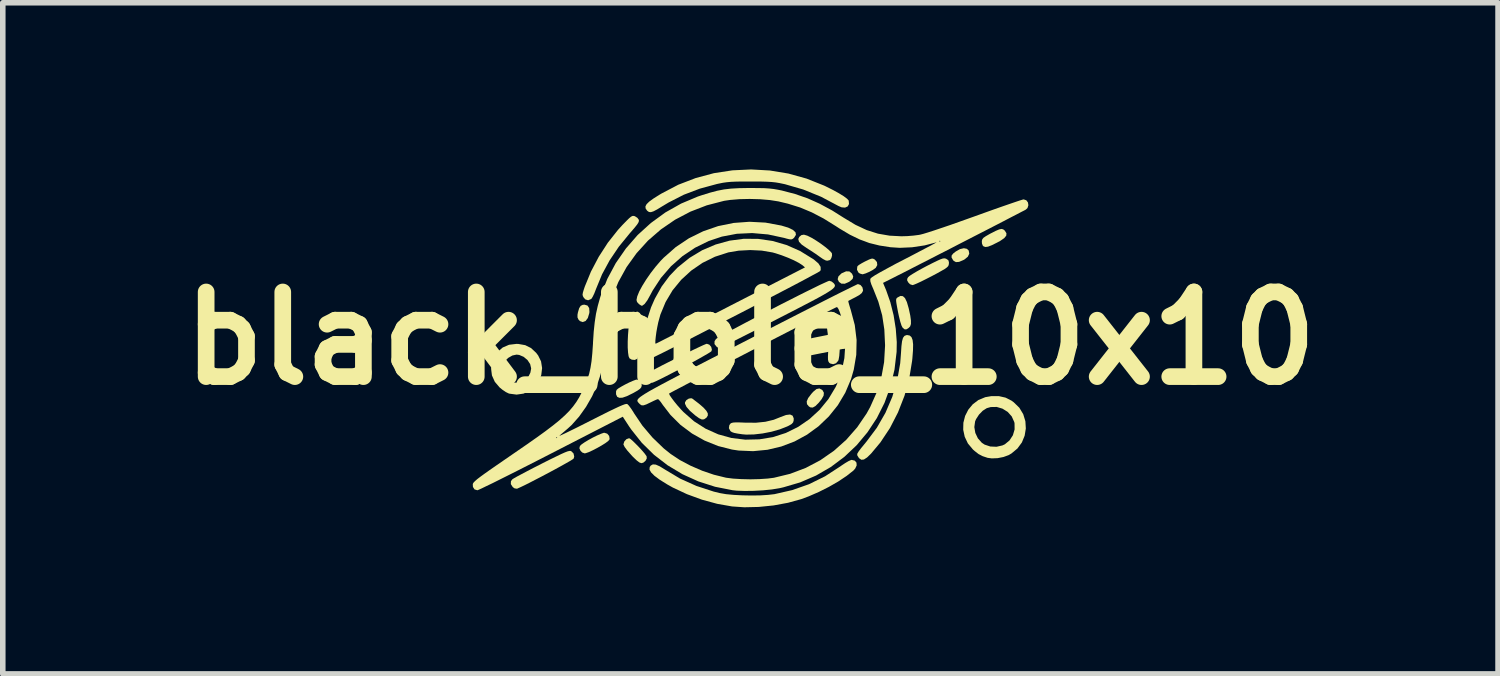
<source format=kicad_pcb>
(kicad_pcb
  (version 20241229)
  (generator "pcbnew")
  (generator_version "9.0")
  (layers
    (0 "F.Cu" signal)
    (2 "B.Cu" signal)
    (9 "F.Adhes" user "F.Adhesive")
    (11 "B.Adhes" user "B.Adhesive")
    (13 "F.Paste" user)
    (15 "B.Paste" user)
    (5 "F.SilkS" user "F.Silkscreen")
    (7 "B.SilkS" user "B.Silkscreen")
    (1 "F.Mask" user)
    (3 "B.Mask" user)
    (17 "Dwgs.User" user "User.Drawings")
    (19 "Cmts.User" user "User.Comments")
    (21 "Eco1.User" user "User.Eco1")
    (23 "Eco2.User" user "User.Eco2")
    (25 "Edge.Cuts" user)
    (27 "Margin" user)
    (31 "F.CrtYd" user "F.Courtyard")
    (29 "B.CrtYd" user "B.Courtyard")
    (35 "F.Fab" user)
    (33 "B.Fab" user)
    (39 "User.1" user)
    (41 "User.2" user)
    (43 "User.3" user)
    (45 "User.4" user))
  (footprint "black_hole_10x10"
    (layer "F.Cu")
    (at 10.458 3.04)
    (property "Reference" "black_hole_10x10" (at 0 0 0) (layer "F.SilkS") (effects (font (size 1.524 1.524) (thickness 0.3))))
    (attr board_only exclude_from_pos_files exclude_from_bom)
    (fp_poly (pts (xy 1.782 -1.204) (xy 1.827 -1.165) (xy 1.829 -1.163) (xy 1.85 -1.113) (xy 1.839 -1.07) (xy 1.792 -1.028) (xy 1.774 -1.016) (xy 1.699 -0.983) (xy 1.638 -0.984) (xy 1.594 -1.015) (xy 1.57 -1.064) (xy 1.584 -1.115) (xy 1.633 -1.164) (xy 1.648 -1.174) (xy 1.722 -1.206)) (stroke (width 0) (type solid)) (fill yes) (layer "F.SilkS"))
    (fp_poly (pts (xy 3.897 -1.611) (xy 3.929 -1.58) (xy 3.939 -1.524) (xy 3.913 -1.469) (xy 3.852 -1.419) (xy 3.831 -1.408) (xy 3.755 -1.376) (xy 3.699 -1.372) (xy 3.658 -1.395) (xy 3.645 -1.411) (xy 3.62 -1.456) (xy 3.622 -1.492) (xy 3.652 -1.529) (xy 3.696 -1.563) (xy 3.772 -1.606) (xy 3.842 -1.622)) (stroke (width 0) (type solid)) (fill yes) (layer "F.SilkS"))
    (fp_poly (pts (xy -2.933 -0.59) (xy -2.903 -0.545) (xy -2.898 -0.475) (xy -2.901 -0.452) (xy -2.927 -0.366) (xy -2.967 -0.312) (xy -3.018 -0.293) (xy -3.019 -0.293) (xy -3.069 -0.31) (xy -3.095 -0.337) (xy -3.113 -0.376) (xy -3.113 -0.425) (xy -3.105 -0.468) (xy -3.083 -0.542) (xy -3.056 -0.585) (xy -3.018 -0.603) (xy -2.988 -0.606)) (stroke (width 0) (type solid)) (fill yes) (layer "F.SilkS"))
    (fp_poly (pts (xy 1.289 0.927) (xy 1.299 0.937) (xy 1.322 0.98) (xy 1.317 1.031) (xy 1.282 1.094) (xy 1.23 1.159) (xy 1.17 1.219) (xy 1.122 1.246) (xy 1.08 1.243) (xy 1.052 1.226) (xy 1.018 1.185) (xy 1.013 1.136) (xy 1.039 1.075) (xy 1.097 0.999) (xy 1.13 0.962) (xy 1.189 0.913) (xy 1.241 0.902)) (stroke (width 0) (type solid)) (fill yes) (layer "F.SilkS"))
    (fp_poly (pts (xy -1.046 1.085) (xy -0.931 1.173) (xy -0.848 1.244) (xy -0.795 1.302) (xy -0.768 1.349) (xy -0.767 1.389) (xy -0.789 1.425) (xy -0.798 1.433) (xy -0.835 1.458) (xy -0.875 1.461) (xy -0.924 1.438) (xy -0.991 1.39) (xy -1.089 1.305) (xy -1.151 1.234) (xy -1.178 1.177) (xy -1.178 1.152) (xy -1.153 1.112) (xy -1.11 1.085) (xy -1.066 1.078)) (stroke (width 0) (type solid)) (fill yes) (layer "F.SilkS"))
    (fp_poly (pts (xy -1.99 0.758) (xy -1.96 0.802) (xy -1.957 0.853) (xy -1.966 0.882) (xy -1.988 0.909) (xy -2.031 0.94) (xy -2.101 0.98) (xy -2.12 0.99) (xy -2.224 1.041) (xy -2.302 1.068) (xy -2.359 1.071) (xy -2.398 1.053) (xy -2.399 1.051) (xy -2.419 1.008) (xy -2.419 0.955) (xy -2.408 0.927) (xy -2.38 0.903) (xy -2.326 0.87) (xy -2.257 0.832) (xy -2.183 0.795) (xy -2.115 0.765) (xy -2.064 0.746) (xy -2.045 0.742)) (stroke (width 0) (type solid)) (fill yes) (layer "F.SilkS"))
    (fp_poly (pts (xy 2.23 -1.423) (xy 2.239 -1.417) (xy 2.277 -1.373) (xy 2.283 -1.319) (xy 2.256 -1.27) (xy 2.252 -1.266) (xy 2.203 -1.231) (xy 2.14 -1.197) (xy 2.075 -1.169) (xy 2.025 -1.154) (xy 2.015 -1.153) (xy 1.97 -1.166) (xy 1.945 -1.183) (xy 1.918 -1.234) (xy 1.923 -1.289) (xy 1.93 -1.302) (xy 1.953 -1.321) (xy 2.002 -1.351) (xy 2.065 -1.385) (xy 2.068 -1.386) (xy 2.134 -1.418) (xy 2.175 -1.433) (xy 2.204 -1.435)) (stroke (width 0) (type solid)) (fill yes) (layer "F.SilkS"))
    (fp_poly (pts (xy 4.549 -1.962) (xy 4.576 -1.941) (xy 4.581 -1.935) (xy 4.608 -1.891) (xy 4.605 -1.849) (xy 4.569 -1.804) (xy 4.498 -1.755) (xy 4.437 -1.722) (xy 4.344 -1.676) (xy 4.277 -1.65) (xy 4.23 -1.644) (xy 4.197 -1.655) (xy 4.182 -1.669) (xy 4.167 -1.709) (xy 4.165 -1.752) (xy 4.173 -1.782) (xy 4.194 -1.809) (xy 4.236 -1.838) (xy 4.304 -1.877) (xy 4.328 -1.89) (xy 4.415 -1.934) (xy 4.476 -1.96) (xy 4.518 -1.969)) (stroke (width 0) (type solid)) (fill yes) (layer "F.SilkS"))
    (fp_poly (pts (xy -2.578 1.716) (xy -2.543 1.757) (xy -2.535 1.809) (xy -2.539 1.824) (xy -2.562 1.85) (xy -2.612 1.887) (xy -2.681 1.93) (xy -2.759 1.974) (xy -2.838 2.015) (xy -2.909 2.048) (xy -2.964 2.067) (xy -2.984 2.071) (xy -3.028 2.055) (xy -3.059 2.024) (xy -3.079 1.978) (xy -3.069 1.938) (xy -3.042 1.911) (xy -2.989 1.874) (xy -2.918 1.831) (xy -2.838 1.787) (xy -2.759 1.748) (xy -2.69 1.718) (xy -2.641 1.701) (xy -2.629 1.7)) (stroke (width 0) (type solid)) (fill yes) (layer "F.SilkS"))
    (fp_poly (pts (xy -2.16 1.811) (xy -2.118 1.847) (xy -2.065 1.899) (xy -2.006 1.959) (xy -1.95 2.02) (xy -1.903 2.075) (xy -1.873 2.117) (xy -1.869 2.123) (xy -1.866 2.162) (xy -1.889 2.205) (xy -1.927 2.237) (xy -1.962 2.247) (xy -1.998 2.235) (xy -2.048 2.197) (xy -2.117 2.131) (xy -2.147 2.098) (xy -2.217 2.019) (xy -2.264 1.956) (xy -2.285 1.913) (xy -2.286 1.906) (xy -2.27 1.856) (xy -2.232 1.815) (xy -2.184 1.798) (xy -2.183 1.798)) (stroke (width 0) (type solid)) (fill yes) (layer "F.SilkS"))
    (fp_poly (pts (xy 2.744 -0.759) (xy 2.782 -0.724) (xy 2.816 -0.653) (xy 2.847 -0.546) (xy 2.851 -0.53) (xy 2.877 -0.41) (xy 2.889 -0.322) (xy 2.889 -0.258) (xy 2.875 -0.215) (xy 2.848 -0.187) (xy 2.805 -0.161) (xy 2.775 -0.162) (xy 2.74 -0.191) (xy 2.74 -0.191) (xy 2.72 -0.228) (xy 2.697 -0.299) (xy 2.672 -0.401) (xy 2.658 -0.466) (xy 2.639 -0.566) (xy 2.627 -0.635) (xy 2.622 -0.679) (xy 2.624 -0.706) (xy 2.632 -0.722) (xy 2.647 -0.735) (xy 2.7 -0.763)) (stroke (width 0) (type solid)) (fill yes) (layer "F.SilkS"))
    (fp_poly (pts (xy 1.024 -1.848) (xy 1.1 -1.81) (xy 1.183 -1.76) (xy 1.268 -1.703) (xy 1.346 -1.645) (xy 1.41 -1.592) (xy 1.453 -1.549) (xy 1.467 -1.528) (xy 1.469 -1.49) (xy 1.457 -1.447) (xy 1.438 -1.414) (xy 1.425 -1.407) (xy 1.395 -1.4) (xy 1.383 -1.397) (xy 1.355 -1.402) (xy 1.307 -1.427) (xy 1.25 -1.466) (xy 1.176 -1.519) (xy 1.088 -1.577) (xy 1.011 -1.626) (xy 0.924 -1.686) (xy 0.874 -1.739) (xy 0.861 -1.788) (xy 0.879 -1.826) (xy 0.917 -1.858) (xy 0.963 -1.866)) (stroke (width 0) (type solid)) (fill yes) (layer "F.SilkS"))
    (fp_poly (pts (xy -2.024 -0.477) (xy -1.99 -0.455) (xy -1.971 -0.419) (xy -1.966 -0.361) (xy -1.974 -0.276) (xy -1.983 -0.223) (xy -1.996 -0.123) (xy -2.007 -0.005) (xy -2.012 0.11) (xy -2.012 0.145) (xy -2.015 0.253) (xy -2.022 0.327) (xy -2.034 0.365) (xy -2.036 0.367) (xy -2.081 0.389) (xy -2.136 0.384) (xy -2.177 0.36) (xy -2.193 0.323) (xy -2.203 0.256) (xy -2.209 0.165) (xy -2.209 0.058) (xy -2.204 -0.056) (xy -2.195 -0.17) (xy -2.182 -0.277) (xy -2.164 -0.368) (xy -2.156 -0.396) (xy -2.13 -0.437) (xy -2.085 -0.468) (xy -2.039 -0.48)) (stroke (width 0) (type solid)) (fill yes) (layer "F.SilkS"))
    (fp_poly (pts (xy 1.526 -0.338) (xy 1.539 -0.327) (xy 1.56 -0.281) (xy 1.578 -0.205) (xy 1.592 -0.107) (xy 1.602 0.002) (xy 1.607 0.115) (xy 1.606 0.222) (xy 1.599 0.315) (xy 1.587 0.384) (xy 1.579 0.405) (xy 1.54 0.449) (xy 1.488 0.466) (xy 1.436 0.453) (xy 1.419 0.44) (xy 1.404 0.418) (xy 1.396 0.385) (xy 1.395 0.331) (xy 1.399 0.249) (xy 1.4 0.234) (xy 1.403 0.074) (xy 1.391 -0.089) (xy 1.387 -0.116) (xy 1.376 -0.205) (xy 1.372 -0.263) (xy 1.376 -0.3) (xy 1.387 -0.322) (xy 1.426 -0.345) (xy 1.479 -0.351)) (stroke (width 0) (type solid)) (fill yes) (layer "F.SilkS"))
    (fp_poly (pts (xy 0.759 1.392) (xy 0.779 1.44) (xy 0.778 1.479) (xy 0.768 1.513) (xy 0.742 1.542) (xy 0.691 1.572) (xy 0.66 1.587) (xy 0.53 1.638) (xy 0.379 1.681) (xy 0.22 1.712) (xy 0.064 1.73) (xy -0.076 1.733) (xy -0.147 1.727) (xy -0.235 1.714) (xy -0.294 1.702) (xy -0.331 1.689) (xy -0.355 1.674) (xy -0.361 1.668) (xy -0.388 1.617) (xy -0.38 1.563) (xy -0.361 1.536) (xy -0.342 1.524) (xy -0.311 1.516) (xy -0.26 1.513) (xy -0.183 1.514) (xy -0.091 1.518) (xy 0.101 1.519) (xy 0.268 1.502) (xy 0.419 1.466) (xy 0.544 1.416) (xy 0.641 1.38) (xy 0.713 1.371)) (stroke (width 0) (type solid)) (fill yes) (layer "F.SilkS"))
    (fp_poly (pts (xy 3.512 -1.436) (xy 3.525 -1.431) (xy 3.562 -1.406) (xy 3.573 -1.37) (xy 3.572 -1.343) (xy 3.568 -1.319) (xy 3.558 -1.298) (xy 3.537 -1.277) (xy 3.501 -1.25) (xy 3.443 -1.217) (xy 3.361 -1.171) (xy 3.263 -1.119) (xy 3.161 -1.067) (xy 3.069 -1.021) (xy 2.993 -0.986) (xy 2.939 -0.964) (xy 2.917 -0.958) (xy 2.872 -0.974) (xy 2.841 -1.006) (xy 2.82 -1.045) (xy 2.824 -1.076) (xy 2.838 -1.1) (xy 2.865 -1.124) (xy 2.922 -1.161) (xy 3.001 -1.208) (xy 3.097 -1.261) (xy 3.17 -1.3) (xy 3.28 -1.356) (xy 3.362 -1.396) (xy 3.42 -1.422) (xy 3.46 -1.436) (xy 3.489 -1.44)) (stroke (width 0) (type solid)) (fill yes) (layer "F.SilkS"))
    (fp_poly (pts (xy -3.227 2.03) (xy -3.185 2.071) (xy -3.172 2.126) (xy -3.182 2.164) (xy -3.203 2.18) (xy -3.253 2.211) (xy -3.327 2.253) (xy -3.42 2.305) (xy -3.526 2.363) (xy -3.64 2.424) (xy -3.757 2.486) (xy -3.871 2.545) (xy -3.977 2.6) (xy -4.069 2.646) (xy -4.143 2.681) (xy -4.192 2.703) (xy -4.202 2.707) (xy -4.245 2.701) (xy -4.278 2.678) (xy -4.313 2.624) (xy -4.311 2.571) (xy -4.284 2.536) (xy -4.258 2.52) (xy -4.202 2.488) (xy -4.121 2.445) (xy -4.019 2.391) (xy -3.902 2.33) (xy -3.773 2.265) (xy -3.759 2.257) (xy -3.612 2.183) (xy -3.495 2.126) (xy -3.406 2.083) (xy -3.339 2.053) (xy -3.292 2.035) (xy -3.259 2.027) (xy -3.237 2.027)) (stroke (width 0) (type solid)) (fill yes) (layer "F.SilkS"))
    (fp_poly (pts (xy -2.08 -2.198) (xy -2.035 -2.169) (xy -2.01 -2.135) (xy -2.007 -2.113) (xy -2.016 -2.086) (xy -2.039 -2.049) (xy -2.082 -1.995) (xy -2.146 -1.92) (xy -2.171 -1.892) (xy -2.37 -1.648) (xy -2.535 -1.403) (xy -2.671 -1.152) (xy -2.78 -0.887) (xy -2.783 -0.879) (xy -2.811 -0.807) (xy -2.84 -0.747) (xy -2.863 -0.711) (xy -2.867 -0.708) (xy -2.922 -0.685) (xy -2.972 -0.701) (xy -3.001 -0.733) (xy -3.016 -0.76) (xy -3.022 -0.786) (xy -3.016 -0.823) (xy -2.999 -0.88) (xy -2.981 -0.933) (xy -2.871 -1.201) (xy -2.731 -1.467) (xy -2.567 -1.721) (xy -2.385 -1.951) (xy -2.306 -2.038) (xy -2.234 -2.112) (xy -2.184 -2.161) (xy -2.149 -2.19) (xy -2.122 -2.203) (xy -2.1 -2.203)) (stroke (width 0) (type solid)) (fill yes) (layer "F.SilkS"))
    (fp_poly (pts (xy -0.74 0.114) (xy -0.706 0.154) (xy -0.694 0.203) (xy -0.702 0.232) (xy -0.723 0.248) (xy -0.773 0.279) (xy -0.848 0.322) (xy -0.941 0.375) (xy -1.049 0.434) (xy -1.165 0.496) (xy -1.284 0.56) (xy -1.401 0.621) (xy -1.511 0.678) (xy -1.608 0.727) (xy -1.688 0.766) (xy -1.744 0.791) (xy -1.772 0.801) (xy -1.772 0.801) (xy -1.801 0.791) (xy -1.826 0.775) (xy -1.851 0.738) (xy -1.861 0.687) (xy -1.854 0.64) (xy -1.844 0.626) (xy -1.818 0.608) (xy -1.763 0.578) (xy -1.684 0.536) (xy -1.587 0.485) (xy -1.476 0.429) (xy -1.359 0.37) (xy -1.239 0.31) (xy -1.123 0.253) (xy -1.016 0.201) (xy -0.923 0.157) (xy -0.85 0.123) (xy -0.802 0.103) (xy -0.785 0.098)) (stroke (width 0) (type solid)) (fill yes) (layer "F.SilkS"))
    (fp_poly (pts (xy 2.867 -0.05) (xy 2.899 -0.021) (xy 2.919 0.031) (xy 2.928 0.109) (xy 2.926 0.218) (xy 2.915 0.36) (xy 2.91 0.406) (xy 2.858 0.724) (xy 2.773 1.034) (xy 2.656 1.333) (xy 2.511 1.615) (xy 2.339 1.874) (xy 2.172 2.074) (xy 2.1 2.144) (xy 2.043 2.181) (xy 1.997 2.186) (xy 1.957 2.159) (xy 1.942 2.138) (xy 1.922 2.104) (xy 1.923 2.077) (xy 1.945 2.04) (xy 1.955 2.026) (xy 1.991 1.978) (xy 2.042 1.916) (xy 2.091 1.856) (xy 2.275 1.61) (xy 2.43 1.341) (xy 2.553 1.054) (xy 2.642 0.755) (xy 2.696 0.448) (xy 2.71 0.264) (xy 2.718 0.141) (xy 2.729 0.052) (xy 2.746 -0.008) (xy 2.771 -0.043) (xy 2.805 -0.057) (xy 2.823 -0.059)) (stroke (width 0) (type solid)) (fill yes) (layer "F.SilkS"))
    (fp_poly (pts (xy 0.271 -2.083) (xy 0.556 -2.03) (xy 0.679 -1.993) (xy 0.764 -1.952) (xy 0.811 -1.909) (xy 0.819 -1.863) (xy 0.788 -1.814) (xy 0.781 -1.806) (xy 0.758 -1.788) (xy 0.734 -1.78) (xy 0.7 -1.783) (xy 0.644 -1.797) (xy 0.61 -1.807) (xy 0.317 -1.87) (xy 0.032 -1.895) (xy -0.245 -1.882) (xy -0.514 -1.831) (xy -0.751 -1.752) (xy -0.997 -1.631) (xy -1.225 -1.478) (xy -1.431 -1.296) (xy -1.61 -1.089) (xy -1.759 -0.862) (xy -1.799 -0.787) (xy -1.856 -0.684) (xy -1.905 -0.618) (xy -1.946 -0.588) (xy -1.958 -0.586) (xy -1.977 -0.596) (xy -2.008 -0.617) (xy -2.041 -0.654) (xy -2.051 -0.69) (xy -2.038 -0.754) (xy -2.003 -0.841) (xy -1.948 -0.943) (xy -1.878 -1.056) (xy -1.797 -1.173) (xy -1.709 -1.287) (xy -1.618 -1.393) (xy -1.565 -1.448) (xy -1.346 -1.641) (xy -1.107 -1.801) (xy -0.851 -1.927) (xy -0.582 -2.02) (xy -0.303 -2.077) (xy -0.018 -2.098)) (stroke (width 0) (type solid)) (fill yes) (layer "F.SilkS"))
    (fp_poly (pts (xy 1.462 -1.022) (xy 1.496 -0.995) (xy 1.511 -0.977) (xy 1.52 -0.959) (xy 1.52 -0.941) (xy 1.51 -0.92) (xy 1.487 -0.895) (xy 1.448 -0.865) (xy 1.391 -0.828) (xy 1.315 -0.783) (xy 1.216 -0.728) (xy 1.092 -0.662) (xy 0.942 -0.584) (xy 0.761 -0.49) (xy 0.55 -0.382) (xy 0.469 -0.34) (xy 0.285 -0.246) (xy 0.111 -0.157) (xy -0.05 -0.076) (xy -0.194 -0.003) (xy -0.319 0.059) (xy -0.42 0.11) (xy -0.496 0.147) (xy -0.543 0.17) (xy -0.558 0.176) (xy -0.589 0.165) (xy -0.609 0.151) (xy -0.647 0.103) (xy -0.646 0.052) (xy -0.62 0.012) (xy -0.594 -0.006) (xy -0.538 -0.039) (xy -0.455 -0.085) (xy -0.349 -0.143) (xy -0.224 -0.209) (xy -0.083 -0.284) (xy 0.07 -0.364) (xy 0.23 -0.447) (xy 0.395 -0.531) (xy 0.559 -0.616) (xy 0.72 -0.697) (xy 0.873 -0.775) (xy 1.015 -0.846) (xy 1.142 -0.908) (xy 1.249 -0.961) (xy 1.334 -1) (xy 1.392 -1.026) (xy 1.419 -1.036) (xy 1.42 -1.036)) (stroke (width 0) (type solid)) (fill yes) (layer "F.SilkS"))
    (fp_poly (pts (xy -4.178 0.101) (xy -4.054 0.123) (xy -3.949 0.175) (xy -3.857 0.261) (xy -3.821 0.309) (xy -3.769 0.415) (xy -3.75 0.535) (xy -3.765 0.659) (xy -3.799 0.752) (xy -3.873 0.862) (xy -3.97 0.944) (xy -4.084 0.995) (xy -4.209 1.013) (xy -4.338 0.996) (xy -4.354 0.991) (xy -4.403 0.967) (xy -4.465 0.925) (xy -4.513 0.886) (xy -4.601 0.783) (xy -4.653 0.668) (xy -4.663 0.589) (xy -4.459 0.589) (xy -4.431 0.674) (xy -4.379 0.743) (xy -4.34 0.772) (xy -4.264 0.796) (xy -4.179 0.799) (xy -4.099 0.783) (xy -4.054 0.759) (xy -4 0.697) (xy -3.961 0.617) (xy -3.947 0.543) (xy -3.965 0.464) (xy -4.013 0.391) (xy -4.082 0.333) (xy -4.162 0.299) (xy -4.21 0.293) (xy -4.285 0.309) (xy -4.36 0.352) (xy -4.421 0.411) (xy -4.428 0.421) (xy -4.458 0.501) (xy -4.459 0.589) (xy -4.663 0.589) (xy -4.668 0.545) (xy -4.646 0.418) (xy -4.623 0.361) (xy -4.552 0.246) (xy -4.459 0.165) (xy -4.345 0.116) (xy -4.211 0.1)) (stroke (width 0) (type solid)) (fill yes) (layer "F.SilkS"))
    (fp_poly (pts (xy 1.879 2.202) (xy 1.909 2.238) (xy 1.912 2.288) (xy 1.886 2.344) (xy 1.855 2.379) (xy 1.732 2.476) (xy 1.581 2.577) (xy 1.41 2.675) (xy 1.229 2.766) (xy 1.047 2.845) (xy 0.919 2.893) (xy 0.677 2.96) (xy 0.416 3.008) (xy 0.149 3.035) (xy -0.111 3.041) (xy -0.331 3.026) (xy -0.598 2.979) (xy -0.873 2.904) (xy -1.143 2.805) (xy -1.397 2.686) (xy -1.502 2.627) (xy -1.633 2.545) (xy -1.728 2.474) (xy -1.788 2.414) (xy -1.817 2.362) (xy -1.813 2.317) (xy -1.794 2.29) (xy -1.756 2.269) (xy -1.703 2.273) (xy -1.633 2.304) (xy -1.54 2.361) (xy -1.535 2.364) (xy -1.266 2.525) (xy -0.972 2.657) (xy -0.66 2.759) (xy -0.549 2.786) (xy -0.439 2.805) (xy -0.301 2.818) (xy -0.146 2.826) (xy 0.016 2.829) (xy 0.174 2.827) (xy 0.317 2.818) (xy 0.431 2.805) (xy 0.751 2.732) (xy 1.054 2.626) (xy 1.344 2.483) (xy 1.621 2.303) (xy 1.636 2.292) (xy 1.705 2.246) (xy 1.766 2.21) (xy 1.812 2.19) (xy 1.823 2.188)) (stroke (width 0) (type solid)) (fill yes) (layer "F.SilkS"))
    (fp_poly (pts (xy 0.35 -3.021) (xy 0.684 -2.966) (xy 1.011 -2.875) (xy 1.327 -2.749) (xy 1.358 -2.734) (xy 1.484 -2.671) (xy 1.593 -2.611) (xy 1.679 -2.558) (xy 1.739 -2.513) (xy 1.768 -2.481) (xy 1.769 -2.478) (xy 1.774 -2.417) (xy 1.75 -2.374) (xy 1.703 -2.353) (xy 1.641 -2.358) (xy 1.585 -2.382) (xy 1.272 -2.548) (xy 0.95 -2.679) (xy 0.622 -2.774) (xy 0.603 -2.778) (xy 0.527 -2.794) (xy 0.456 -2.806) (xy 0.383 -2.814) (xy 0.299 -2.819) (xy 0.196 -2.822) (xy 0.066 -2.823) (xy 0 -2.823) (xy -0.144 -2.823) (xy -0.258 -2.821) (xy -0.349 -2.817) (xy -0.426 -2.81) (xy -0.496 -2.8) (xy -0.57 -2.785) (xy -0.603 -2.778) (xy -0.912 -2.694) (xy -1.199 -2.585) (xy -1.473 -2.445) (xy -1.59 -2.375) (xy -1.68 -2.32) (xy -1.745 -2.286) (xy -1.792 -2.271) (xy -1.826 -2.274) (xy -1.854 -2.293) (xy -1.863 -2.302) (xy -1.887 -2.338) (xy -1.89 -2.375) (xy -1.869 -2.415) (xy -1.822 -2.461) (xy -1.745 -2.517) (xy -1.637 -2.585) (xy -1.598 -2.608) (xy -1.298 -2.765) (xy -0.983 -2.886) (xy -0.657 -2.973) (xy -0.324 -3.024) (xy 0.013 -3.04)) (stroke (width 0) (type solid)) (fill yes) (layer "F.SilkS"))
    (fp_poly (pts (xy 4.475 1.041) (xy 4.591 1.067) (xy 4.698 1.121) (xy 4.738 1.15) (xy 4.84 1.249) (xy 4.91 1.365) (xy 4.949 1.492) (xy 4.957 1.623) (xy 4.936 1.752) (xy 4.886 1.874) (xy 4.806 1.983) (xy 4.699 2.072) (xy 4.648 2.102) (xy 4.555 2.136) (xy 4.448 2.157) (xy 4.344 2.161) (xy 4.269 2.151) (xy 4.179 2.121) (xy 4.106 2.083) (xy 4.035 2.028) (xy 4.005 2.001) (xy 3.914 1.892) (xy 3.857 1.772) (xy 3.83 1.646) (xy 3.831 1.598) (xy 4.03 1.598) (xy 4.048 1.703) (xy 4.094 1.8) (xy 4.165 1.88) (xy 4.215 1.913) (xy 4.317 1.947) (xy 4.429 1.952) (xy 4.535 1.928) (xy 4.58 1.907) (xy 4.664 1.837) (xy 4.724 1.745) (xy 4.755 1.64) (xy 4.754 1.532) (xy 4.749 1.507) (xy 4.703 1.405) (xy 4.63 1.324) (xy 4.537 1.266) (xy 4.433 1.235) (xy 4.325 1.237) (xy 4.254 1.257) (xy 4.182 1.303) (xy 4.114 1.373) (xy 4.061 1.455) (xy 4.044 1.495) (xy 4.03 1.598) (xy 3.831 1.598) (xy 3.833 1.519) (xy 3.864 1.397) (xy 3.921 1.285) (xy 4.002 1.187) (xy 4.104 1.11) (xy 4.228 1.059) (xy 4.339 1.04)) (stroke (width 0) (type solid)) (fill yes) (layer "F.SilkS"))
    (fp_poly (pts (xy 0.139 -1.79) (xy 0.396 -1.753) (xy 0.649 -1.68) (xy 0.894 -1.572) (xy 1.129 -1.427) (xy 1.144 -1.417) (xy 1.223 -1.349) (xy 1.263 -1.287) (xy 1.265 -1.232) (xy 1.256 -1.213) (xy 1.237 -1.2) (xy 1.186 -1.171) (xy 1.105 -1.128) (xy 1 -1.071) (xy 0.872 -1.003) (xy 0.724 -0.925) (xy 0.559 -0.839) (xy 0.382 -0.747) (xy 0.194 -0.649) (xy -0.002 -0.547) (xy -0.201 -0.444) (xy -0.402 -0.341) (xy -0.601 -0.238) (xy -0.795 -0.139) (xy -0.98 -0.044) (xy -1.155 0.046) (xy -1.316 0.127) (xy -1.46 0.2) (xy -1.583 0.262) (xy -1.683 0.311) (xy -1.756 0.347) (xy -1.801 0.367) (xy -1.812 0.371) (xy -1.843 0.358) (xy -1.878 0.329) (xy -1.896 0.309) (xy -1.907 0.286) (xy -1.913 0.253) (xy -1.914 0.2) (xy -1.912 0.121) (xy -1.91 0.083) (xy -1.712 0.083) (xy -1.707 0.098) (xy -1.689 0.089) (xy -1.638 0.064) (xy -1.558 0.023) (xy -1.452 -0.031) (xy -1.321 -0.097) (xy -1.169 -0.175) (xy -0.998 -0.262) (xy -0.811 -0.358) (xy -0.611 -0.46) (xy -0.4 -0.568) (xy -0.358 -0.59) (xy 0.982 -1.277) (xy 0.936 -1.316) (xy 0.873 -1.357) (xy 0.783 -1.404) (xy 0.676 -1.451) (xy 0.562 -1.495) (xy 0.452 -1.531) (xy 0.398 -1.546) (xy 0.204 -1.579) (xy -0.004 -1.589) (xy -0.212 -1.578) (xy -0.397 -1.547) (xy -0.638 -1.469) (xy -0.862 -1.359) (xy -1.066 -1.219) (xy -1.247 -1.053) (xy -1.402 -0.864) (xy -1.527 -0.654) (xy -1.621 -0.427) (xy -1.659 -0.289) (xy -1.677 -0.202) (xy -1.693 -0.113) (xy -1.704 -0.03) (xy -1.711 0.038) (xy -1.712 0.083) (xy -1.91 0.083) (xy -1.909 0.051) (xy -1.889 -0.171) (xy -1.85 -0.37) (xy -1.789 -0.558) (xy -1.721 -0.713) (xy -1.598 -0.933) (xy -1.457 -1.123) (xy -1.311 -1.275) (xy -1.097 -1.448) (xy -0.868 -1.586) (xy -0.626 -1.689) (xy -0.376 -1.758) (xy -0.12 -1.792)) (stroke (width 0) (type solid)) (fill yes) (layer "F.SilkS"))
    (fp_poly (pts (xy 1.981 -0.96) (xy 2.015 -0.919) (xy 2.027 -0.867) (xy 2.024 -0.851) (xy 2.004 -0.815) (xy 1.958 -0.778) (xy 1.89 -0.74) (xy 1.829 -0.709) (xy 1.783 -0.685) (xy 1.762 -0.673) (xy 1.761 -0.673) (xy 1.764 -0.653) (xy 1.777 -0.605) (xy 1.797 -0.538) (xy 1.805 -0.514) (xy 1.878 -0.24) (xy 1.911 0.03) (xy 1.905 0.298) (xy 1.86 0.563) (xy 1.811 0.733) (xy 1.707 0.979) (xy 1.573 1.204) (xy 1.411 1.406) (xy 1.226 1.583) (xy 1.019 1.734) (xy 0.795 1.856) (xy 0.556 1.947) (xy 0.307 2.006) (xy 0.049 2.031) (xy -0.213 2.02) (xy -0.332 2.002) (xy -0.584 1.938) (xy -0.826 1.84) (xy -1.052 1.713) (xy -1.259 1.558) (xy -1.439 1.379) (xy -1.576 1.201) (xy -1.614 1.146) (xy -1.646 1.108) (xy -1.664 1.094) (xy -1.689 1.102) (xy -1.738 1.124) (xy -1.798 1.153) (xy -1.873 1.189) (xy -1.923 1.206) (xy -1.958 1.206) (xy -1.987 1.188) (xy -2.003 1.172) (xy -2.017 1.157) (xy -2.027 1.144) (xy -2.034 1.131) (xy -2.035 1.116) (xy -2.028 1.1) (xy -2.012 1.08) (xy -1.985 1.056) (xy -1.944 1.028) (xy -1.894 0.995) (xy -1.465 0.995) (xy -1.453 1.024) (xy -1.419 1.074) (xy -1.37 1.139) (xy -1.312 1.21) (xy -1.249 1.281) (xy -1.206 1.326) (xy -1.016 1.493) (xy -0.806 1.627) (xy -0.58 1.728) (xy -0.341 1.794) (xy -0.093 1.824) (xy 0.162 1.818) (xy 0.405 1.778) (xy 0.638 1.703) (xy 0.859 1.594) (xy 1.063 1.454) (xy 1.246 1.286) (xy 1.403 1.094) (xy 1.531 0.881) (xy 1.554 0.833) (xy 1.64 0.601) (xy 1.691 0.356) (xy 1.708 0.105) (xy 1.688 -0.147) (xy 1.634 -0.394) (xy 1.607 -0.474) (xy 1.585 -0.527) (xy 1.564 -0.558) (xy 1.554 -0.562) (xy 1.531 -0.552) (xy 1.476 -0.525) (xy 1.394 -0.484) (xy 1.286 -0.43) (xy 1.157 -0.364) (xy 1.008 -0.288) (xy 0.844 -0.204) (xy 0.667 -0.113) (xy 0.48 -0.017) (xy 0.286 0.083) (xy 0.088 0.184) (xy -0.11 0.287) (xy -0.306 0.388) (xy -0.496 0.487) (xy -0.678 0.581) (xy -0.849 0.669) (xy -1.004 0.751) (xy -1.143 0.823) (xy -1.26 0.885) (xy -1.354 0.934) (xy -1.421 0.97) (xy -1.459 0.991) (xy -1.465 0.995) (xy -1.894 0.995) (xy -1.889 0.993) (xy -1.818 0.95) (xy -1.728 0.9) (xy -1.618 0.84) (xy -1.486 0.77) (xy -1.33 0.688) (xy -1.149 0.594) (xy -0.941 0.486) (xy -0.704 0.364) (xy -0.437 0.227) (xy -0.137 0.073) (xy -0.049 0.028) (xy 0.209 -0.105) (xy 0.458 -0.232) (xy 0.695 -0.353) (xy 0.918 -0.467) (xy 1.125 -0.572) (xy 1.313 -0.668) (xy 1.481 -0.753) (xy 1.626 -0.826) (xy 1.746 -0.885) (xy 1.839 -0.931) (xy 1.902 -0.962) (xy 1.933 -0.976) (xy 1.936 -0.976)) (stroke (width 0) (type solid)) (fill yes) (layer "F.SilkS"))
    (fp_poly (pts (xy 0.14 -2.705) (xy 0.25 -2.703) (xy 0.339 -2.697) (xy 0.418 -2.688) (xy 0.494 -2.675) (xy 0.564 -2.661) (xy 0.804 -2.598) (xy 1.029 -2.52) (xy 1.248 -2.422) (xy 1.472 -2.301) (xy 1.678 -2.171) (xy 1.891 -2.043) (xy 2.094 -1.948) (xy 2.296 -1.884) (xy 2.504 -1.848) (xy 2.716 -1.837) (xy 2.822 -1.84) (xy 2.934 -1.849) (xy 3.034 -1.862) (xy 3.063 -1.868) (xy 3.113 -1.881) (xy 3.195 -1.906) (xy 3.304 -1.941) (xy 3.437 -1.986) (xy 3.588 -2.037) (xy 3.752 -2.095) (xy 3.926 -2.157) (xy 4.047 -2.2) (xy 4.219 -2.262) (xy 4.381 -2.32) (xy 4.529 -2.372) (xy 4.659 -2.417) (xy 4.767 -2.454) (xy 4.848 -2.481) (xy 4.9 -2.497) (xy 4.918 -2.501) (xy 4.966 -2.485) (xy 4.995 -2.446) (xy 5.003 -2.396) (xy 4.987 -2.346) (xy 4.958 -2.318) (xy 4.935 -2.305) (xy 4.88 -2.277) (xy 4.798 -2.234) (xy 4.691 -2.179) (xy 4.563 -2.112) (xy 4.418 -2.037) (xy 4.259 -1.955) (xy 4.089 -1.868) (xy 3.912 -1.777) (xy 3.731 -1.684) (xy 3.55 -1.59) (xy 3.371 -1.499) (xy 3.2 -1.411) (xy 3.039 -1.329) (xy 2.891 -1.253) (xy 2.76 -1.186) (xy 2.649 -1.13) (xy 2.563 -1.086) (xy 2.527 -1.068) (xy 2.387 -0.998) (xy 2.443 -0.865) (xy 2.518 -0.651) (xy 2.577 -0.416) (xy 2.616 -0.171) (xy 2.634 0.068) (xy 2.631 0.244) (xy 2.593 0.564) (xy 2.519 0.871) (xy 2.413 1.162) (xy 2.275 1.436) (xy 2.107 1.691) (xy 1.912 1.924) (xy 1.691 2.133) (xy 1.447 2.316) (xy 1.181 2.47) (xy 0.895 2.593) (xy 0.592 2.682) (xy 0.522 2.698) (xy 0.385 2.72) (xy 0.226 2.736) (xy 0.06 2.745) (xy -0.102 2.747) (xy -0.246 2.742) (xy -0.322 2.734) (xy -0.636 2.672) (xy -0.938 2.575) (xy -1.223 2.446) (xy -1.49 2.286) (xy -1.735 2.097) (xy -1.955 1.881) (xy -2.147 1.639) (xy -2.185 1.584) (xy -2.298 1.411) (xy -3.587 2.073) (xy -3.796 2.18) (xy -3.996 2.282) (xy -4.183 2.377) (xy -4.356 2.464) (xy -4.51 2.541) (xy -4.644 2.608) (xy -4.755 2.661) (xy -4.839 2.702) (xy -4.894 2.727) (xy -4.916 2.735) (xy -4.967 2.719) (xy -4.995 2.675) (xy -4.998 2.626) (xy -4.993 2.611) (xy -4.98 2.592) (xy -4.955 2.567) (xy -4.917 2.534) (xy -4.862 2.492) (xy -4.788 2.438) (xy -4.692 2.37) (xy -4.571 2.286) (xy -4.423 2.184) (xy -4.259 2.071) (xy -4.041 1.921) (xy -3.853 1.789) (xy -3.851 1.788) (xy -3.497 1.788) (xy -3.488 1.798) (xy -3.478 1.788) (xy -3.488 1.778) (xy -3.497 1.788) (xy -3.851 1.788) (xy -3.804 1.754) (xy -3.439 1.754) (xy -3.429 1.752) (xy -3.388 1.734) (xy -3.32 1.702) (xy -3.228 1.657) (xy -3.116 1.602) (xy -2.987 1.537) (xy -2.859 1.472) (xy -2.692 1.388) (xy -2.557 1.32) (xy -2.449 1.268) (xy -2.366 1.229) (xy -2.305 1.203) (xy -2.262 1.187) (xy -2.234 1.181) (xy -2.217 1.183) (xy -2.215 1.184) (xy -2.189 1.21) (xy -2.151 1.261) (xy -2.108 1.326) (xy -2.097 1.346) (xy -1.945 1.571) (xy -1.763 1.786) (xy -1.562 1.98) (xy -1.436 2.081) (xy -1.27 2.191) (xy -1.077 2.293) (xy -0.869 2.383) (xy -0.658 2.455) (xy -0.455 2.505) (xy -0.438 2.509) (xy -0.313 2.525) (xy -0.163 2.534) (xy 0.000121 2.538) (xy 0.163 2.534) (xy 0.312 2.524) (xy 0.422 2.51) (xy 0.714 2.439) (xy 0.994 2.333) (xy 1.258 2.194) (xy 1.503 2.024) (xy 1.725 1.826) (xy 1.922 1.601) (xy 2.091 1.353) (xy 2.155 1.237) (xy 2.273 0.973) (xy 2.356 0.706) (xy 2.406 0.429) (xy 2.423 0.135) (xy 2.423 0.117) (xy 2.41 -0.159) (xy 2.371 -0.415) (xy 2.302 -0.66) (xy 2.213 -0.884) (xy 2.177 -0.968) (xy 2.159 -1.025) (xy 2.157 -1.063) (xy 2.161 -1.076) (xy 2.185 -1.098) (xy 2.243 -1.136) (xy 2.335 -1.189) (xy 2.461 -1.258) (xy 2.618 -1.343) (xy 2.785 -1.429) (xy 2.924 -1.501) (xy 3.049 -1.567) (xy 3.158 -1.624) (xy 3.246 -1.67) (xy 3.31 -1.705) (xy 3.345 -1.725) (xy 3.351 -1.729) (xy 3.136 -1.673) (xy 2.91 -1.639) (xy 2.688 -1.629) (xy 2.52 -1.64) (xy 2.321 -1.671) (xy 2.139 -1.716) (xy 2.051 -1.749) (xy 3.4 -1.749) (xy 3.409 -1.739) (xy 3.419 -1.749) (xy 3.409 -1.758) (xy 3.4 -1.749) (xy 2.051 -1.749) (xy 1.966 -1.78) (xy 1.791 -1.865) (xy 1.604 -1.976) (xy 1.538 -2.019) (xy 1.316 -2.157) (xy 1.105 -2.267) (xy 0.895 -2.355) (xy 0.674 -2.424) (xy 0.502 -2.465) (xy 0.349 -2.489) (xy 0.173 -2.504) (xy -0.013 -2.509) (xy -0.197 -2.505) (xy -0.366 -2.491) (xy -0.474 -2.475) (xy -0.786 -2.394) (xy -1.081 -2.28) (xy -1.357 -2.135) (xy -1.612 -1.96) (xy -1.844 -1.759) (xy -2.05 -1.532) (xy -2.229 -1.283) (xy -2.378 -1.013) (xy -2.495 -0.724) (xy -2.577 -0.419) (xy -2.579 -0.41) (xy -2.596 -0.309) (xy -2.612 -0.18) (xy -2.625 -0.036) (xy -2.635 0.114) (xy -2.636 0.132) (xy -2.647 0.309) (xy -2.661 0.454) (xy -2.68 0.572) (xy -2.696 0.645) (xy -2.76 0.842) (xy -2.849 1.041) (xy -2.959 1.233) (xy -3.084 1.409) (xy -3.218 1.56) (xy -3.287 1.623) (xy -3.348 1.675) (xy -3.401 1.72) (xy -3.435 1.75) (xy -3.439 1.754) (xy -3.804 1.754) (xy -3.692 1.673) (xy -3.555 1.569) (xy -3.44 1.476) (xy -3.343 1.389) (xy -3.261 1.307) (xy -3.193 1.227) (xy -3.134 1.146) (xy -3.082 1.061) (xy -3.035 0.969) (xy -2.988 0.868) (xy -2.977 0.843) (xy -2.936 0.739) (xy -2.903 0.638) (xy -2.879 0.53) (xy -2.86 0.409) (xy -2.846 0.266) (xy -2.834 0.093) (xy -2.834 0.078) (xy -2.821 -0.121) (xy -2.803 -0.29) (xy -2.78 -0.441) (xy -2.748 -0.584) (xy -2.708 -0.727) (xy -2.695 -0.768) (xy -2.576 -1.07) (xy -2.424 -1.354) (xy -2.241 -1.618) (xy -2.03 -1.86) (xy -1.792 -2.076) (xy -1.531 -2.266) (xy -1.249 -2.425) (xy -0.948 -2.552) (xy -0.879 -2.575) (xy -0.731 -2.621) (xy -0.6 -2.656) (xy -0.477 -2.68) (xy -0.349 -2.695) (xy -0.207 -2.703) (xy -0.039 -2.706) (xy 0 -2.706)) (stroke (width 0) (type solid)) (fill yes) (layer "F.SilkS")))
  (gr_rect
    (start -3 -3)
    (end 23.915 9.081)
    (stroke (width 0.1) (type default))
    (fill no)
    (layer "Edge.Cuts")))
</source>
